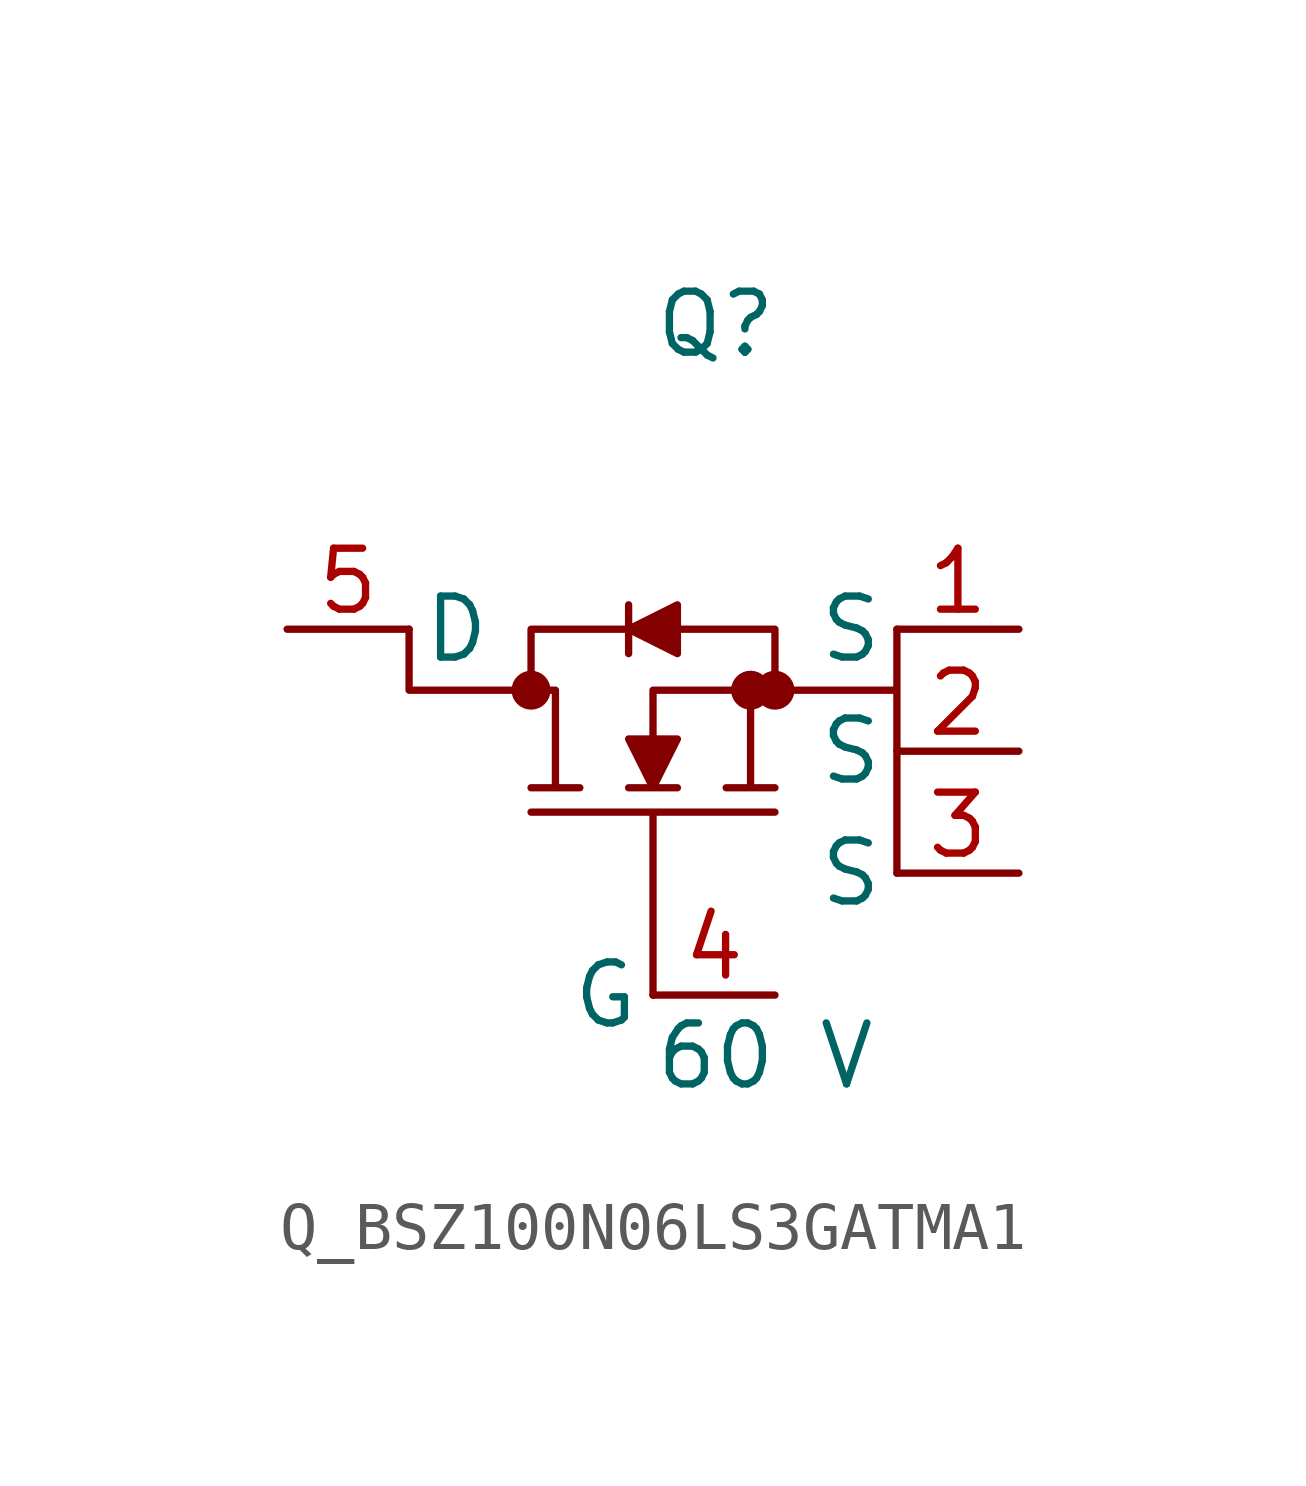
<source format=kicad_sym>
(kicad_symbol_lib
  (version 20231120)
  (generator kicad_symbol_editor)
  (generator_version 8.0)
  (symbol "Q_BSZ100N06LS3GATMA1"
    (pin_names
      (offset 0.254))
    (property "Reference" "Q"
      (at 0 7.62 0)
      (effects (font (size 1.27 1.27)) (justify left)))
    (property "Value" "60 V"
      (at 0 -7.62 0)
      (effects (font (size 1.27 1.27)) (justify left)))
    (symbol "Q_BSZ100N06LS3GATMA1_1_0"
      (polyline (pts (xy 0 -6.35) (xy 0 -2.54) (xy -2.54 -2.54) (xy 2.54 -2.54) (xy 0 -2.54) (xy 0 -6.35)) (stroke (width 0) (type default)) (fill (type none)))
      (polyline (pts (xy 5.08 1.27) (xy 5.08 0.0) (xy 2.54 0.0) (xy 2.54 1.27) (xy 0.508 1.27) (xy 0.508 1.778) (xy -0.508 1.27) (xy -0.508 1.778) (xy -0.508 1.27) (xy -2.54 1.27) (xy -2.54 0.0) (xy -5.08 0.0) (xy -5.08 1.27) (xy -5.08 0.0) (xy -2.032 0.0) (xy -2.032 -2.032) (xy -2.54 -2.032) (xy -1.524 -2.032) (xy -2.032 -2.032) (xy -2.032 0.0) (xy -2.54 0.0) (xy -2.54 1.27) (xy -0.508 1.27) (xy -0.508 0.762) (xy -0.508 1.27) (xy 0.508 0.762) (xy 0.508 1.27) (xy 2.54 1.27) (xy 2.54 0.0) (xy 0 0.0) (xy 0 -1.016) (xy -0.508 -1.016) (xy 0 -2.032) (xy -0.508 -2.032) (xy 0.508 -2.032) (xy 0 -2.032) (xy 0.508 -1.016) (xy 0 -1.016) (xy 0 0.0) (xy 2.032 0.0) (xy 2.032 -2.032) (xy 1.524 -2.032) (xy 2.54 -2.032) (xy 2.032 -2.032) (xy 2.032 0.0) (xy 5.08 0.0) (xy 5.08 -3.81)) (stroke (width 0) (type default)) (fill (type outline)))
      (circle (center -2.54 0.0) (radius 0.025) (stroke (width 0.381) (type default)) (fill (type none)))
      (circle (center 2.032 0.0) (radius 0.025) (stroke (width 0.381) (type default)) (fill (type none)))
      (circle (center 2.54 0.0) (radius 0.025) (stroke (width 0.381) (type default)) (fill (type none)))
      (pin passive line (at -7.62 1.27 0) (length 2.54) (name "D" (effects (font (size 1.27 1.27)))) (number "5" (effects (font (size 1.27 1.27)))))
      (pin passive line (at 7.62 1.27 180) (length 2.54) (name "S" (effects (font (size 1.27 1.27)))) (number "1" (effects (font (size 1.27 1.27)))))
      (pin passive line (at 7.62 -1.27 180) (length 2.54) (name "S" (effects (font (size 1.27 1.27)))) (number "2" (effects (font (size 1.27 1.27)))))
      (pin passive line (at 7.62 -3.81 180) (length 2.54) (name "S" (effects (font (size 1.27 1.27)))) (number "3" (effects (font (size 1.27 1.27)))))
      (pin passive line (at 2.54 -6.35 180) (length 2.54) (name "G" (effects (font (size 1.27 1.27)))) (number "4" (effects (font (size 1.27 1.27))))))))
</source>
